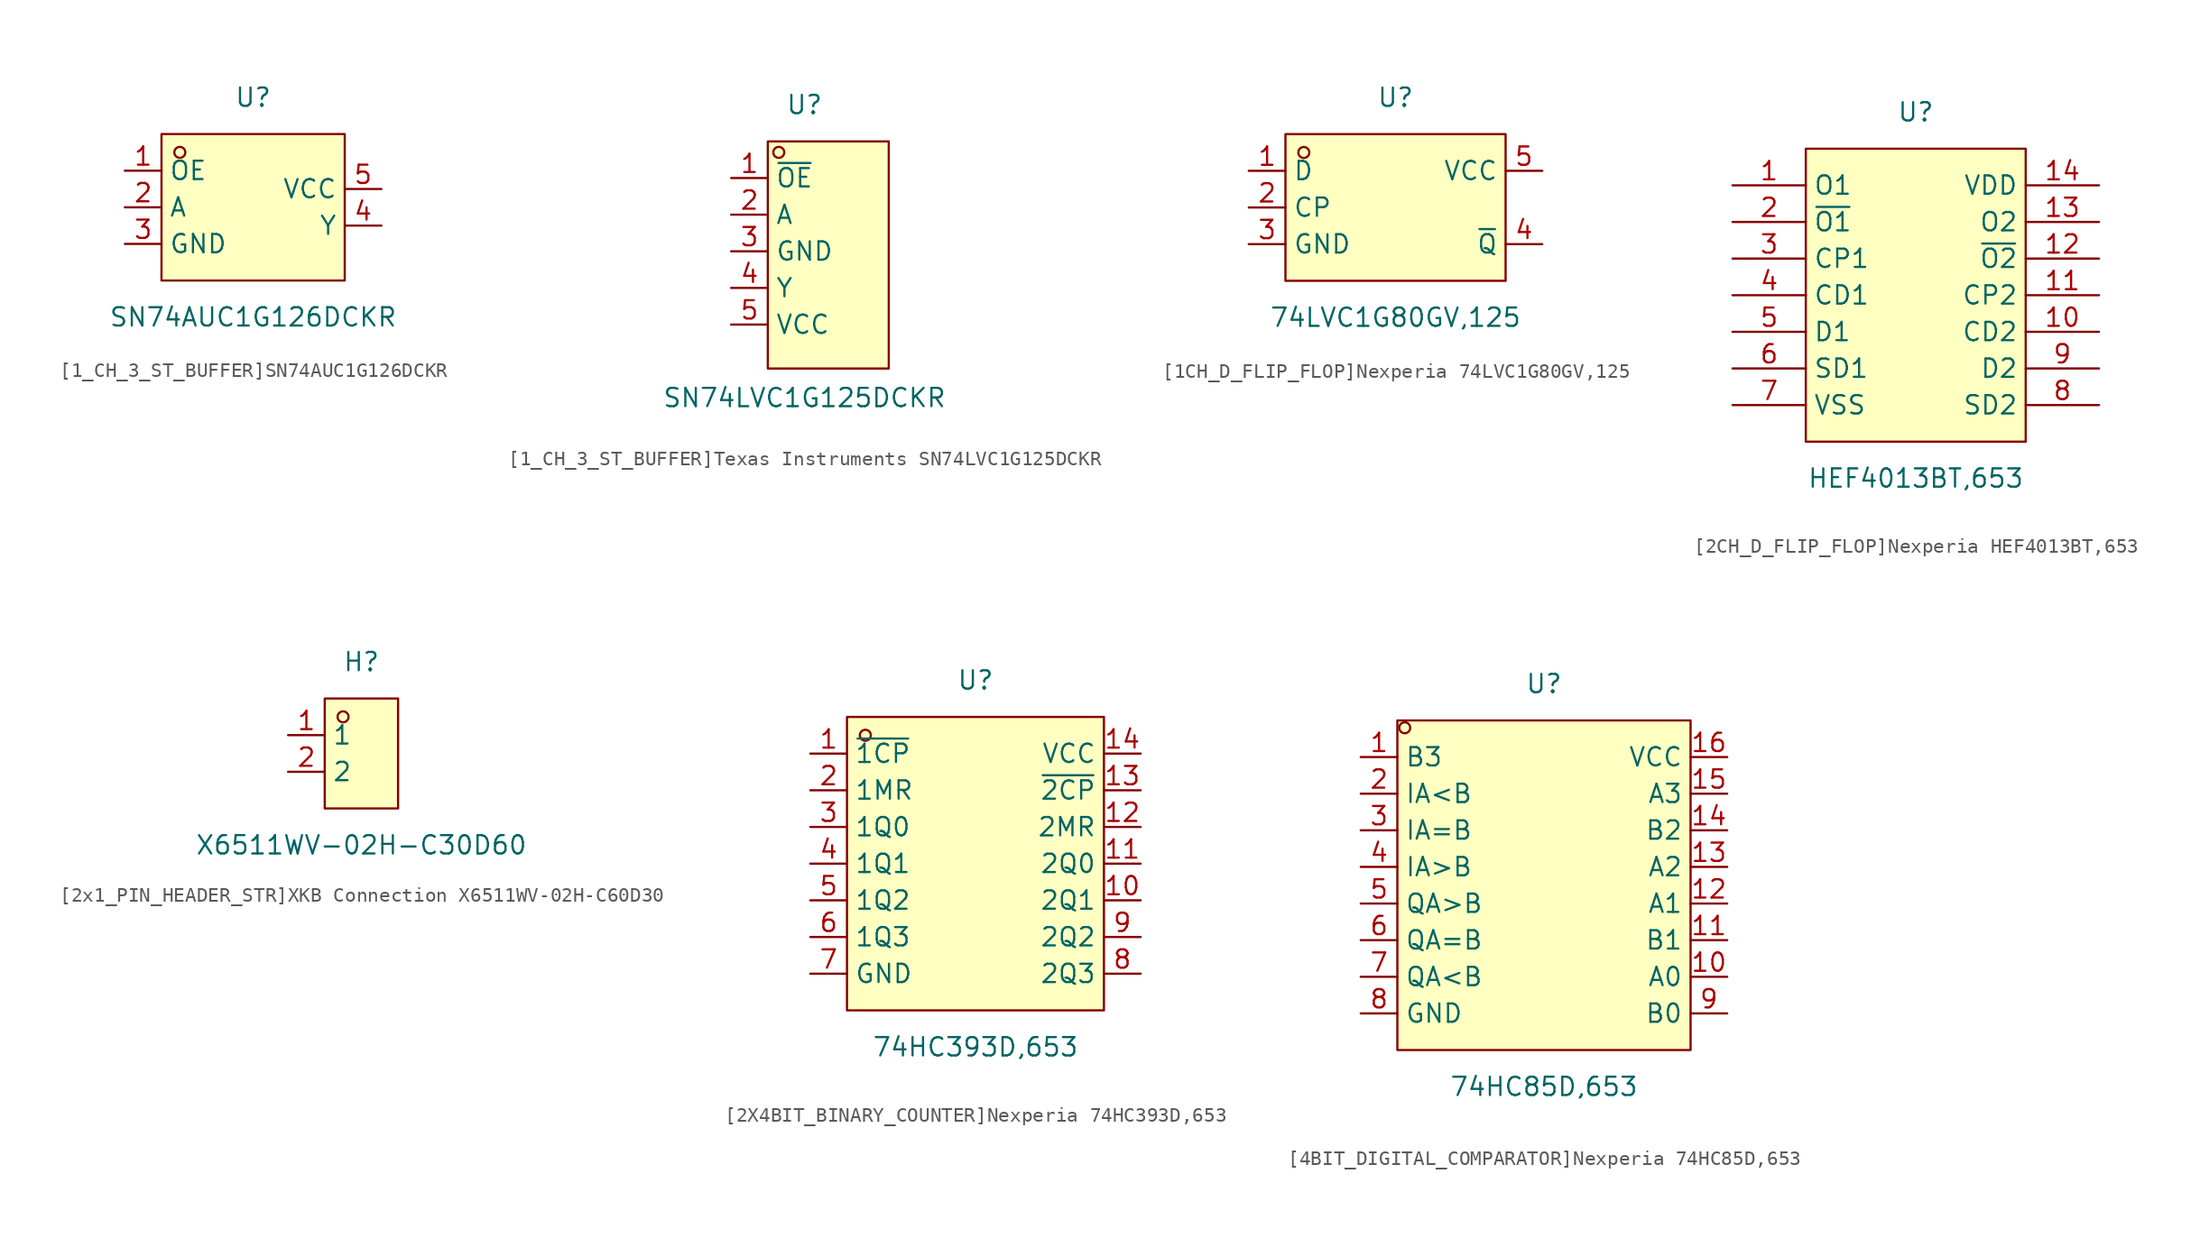
<source format=kicad_sym>
(kicad_symbol_lib
  (version 20220914)
  (generator kicad_symbol_editor)
  (symbol "[1_CH_3_ST_BUFFER]SN74AUC1G126DCKR"
    (property "Reference" "U"
      (at 0 7.62 0)
      (effects (font (size 1.27 1.27))))
    (property "Value" "SN74AUC1G126DCKR"
      (at 0 -7.62 0)
      (effects (font (size 1.27 1.27))))
    (symbol "[1_CH_3_ST_BUFFER]SN74AUC1G126DCKR_0_1"
      (rectangle (start -6.35 5.08) (end 6.35 -5.08) (stroke (width 0) (type default)) (fill (type background)))
      (circle (center -5.08 3.81) (radius 0.38) (stroke (width 0) (type default)) (fill (type none)))
      (pin unspecified line (at -8.89 2.54 0) (length 2.54) (name "OE" (effects (font (size 1.27 1.27)))) (number "1" (effects (font (size 1.27 1.27)))))
      (pin unspecified line (at -8.89 0 0) (length 2.54) (name "A" (effects (font (size 1.27 1.27)))) (number "2" (effects (font (size 1.27 1.27)))))
      (pin unspecified line (at -8.89 -2.54 0) (length 2.54) (name "GND" (effects (font (size 1.27 1.27)))) (number "3" (effects (font (size 1.27 1.27)))))
      (pin unspecified line (at 8.89 -1.27 180) (length 2.54) (name "Y" (effects (font (size 1.27 1.27)))) (number "4" (effects (font (size 1.27 1.27)))))
      (pin unspecified line (at 8.89 1.27 180) (length 2.54) (name "VCC" (effects (font (size 1.27 1.27)))) (number "5" (effects (font (size 1.27 1.27)))))))
  (symbol "[1_CH_3_ST_BUFFER]Texas Instruments SN74LVC1G125DCKR"
    (property "Reference" "U"
      (at 0 10.16 0)
      (effects (font (size 1.27 1.27))))
    (property "Value" "SN74LVC1G125DCKR"
      (at 0 -10.16 0)
      (effects (font (size 1.27 1.27))))
    (symbol "[1_CH_3_ST_BUFFER]Texas Instruments SN74LVC1G125DCKR_0_1"
      (rectangle (start -2.54 7.62) (end 5.84 -8.13) (stroke (width 0) (type default)) (fill (type background)))
      (circle (center -1.78 6.86) (radius 0.38) (stroke (width 0) (type default)) (fill (type none)))
      (pin unspecified line (at -5.08 5.08 0) (length 2.54) (name "~{OE}" (effects (font (size 1.27 1.27)))) (number "1" (effects (font (size 1.27 1.27)))))
      (pin unspecified line (at -5.08 2.54 0) (length 2.54) (name "A" (effects (font (size 1.27 1.27)))) (number "2" (effects (font (size 1.27 1.27)))))
      (pin unspecified line (at -5.08 0 0) (length 2.54) (name "GND" (effects (font (size 1.27 1.27)))) (number "3" (effects (font (size 1.27 1.27)))))
      (pin unspecified line (at -5.08 -2.54 0) (length 2.54) (name "Y" (effects (font (size 1.27 1.27)))) (number "4" (effects (font (size 1.27 1.27)))))
      (pin unspecified line (at -5.08 -5.08 0) (length 2.54) (name "VCC" (effects (font (size 1.27 1.27)))) (number "5" (effects (font (size 1.27 1.27)))))))
  (symbol "[1CH_D_FLIP_FLOP]Nexperia 74LVC1G80GV,125"
    (property "Reference" "U"
      (at 0 7.62 0)
      (effects (font (size 1.27 1.27))))
    (property "Value" "74LVC1G80GV,125"
      (at 0 -7.62 0)
      (effects (font (size 1.27 1.27))))
    (symbol "[1CH_D_FLIP_FLOP]Nexperia 74LVC1G80GV,125_0_1"
      (rectangle (start -7.62 5.08) (end 7.62 -5.08) (stroke (width 0) (type default)) (fill (type background)))
      (circle (center -6.35 3.81) (radius 0.38) (stroke (width 0) (type default)) (fill (type none)))
      (pin unspecified line (at -10.16 2.54 0) (length 2.54) (name "D" (effects (font (size 1.27 1.27)))) (number "1" (effects (font (size 1.27 1.27)))))
      (pin unspecified line (at -10.16 0 0) (length 2.54) (name "CP" (effects (font (size 1.27 1.27)))) (number "2" (effects (font (size 1.27 1.27)))))
      (pin unspecified line (at -10.16 -2.54 0) (length 2.54) (name "GND" (effects (font (size 1.27 1.27)))) (number "3" (effects (font (size 1.27 1.27)))))
      (pin unspecified line (at 10.16 -2.54 180) (length 2.54) (name "~{Q}" (effects (font (size 1.27 1.27)))) (number "4" (effects (font (size 1.27 1.27)))))
      (pin unspecified line (at 10.16 2.54 180) (length 2.54) (name "VCC" (effects (font (size 1.27 1.27)))) (number "5" (effects (font (size 1.27 1.27)))))))
  (symbol "[2CH_D_FLIP_FLOP]Nexperia HEF4013BT,653"
    (property "Reference" "U"
      (at 0 12.7 0)
      (effects (font (size 1.27 1.27))))
    (property "Value" "HEF4013BT,653"
      (at 0 -12.7 0)
      (effects (font (size 1.27 1.27))))
    (symbol "[2CH_D_FLIP_FLOP]Nexperia HEF4013BT,653_0_1"
      (rectangle (start -7.62 10.16) (end 7.62 -10.16) (stroke (width 0) (type default)) (fill (type background)))
      (pin unspecified line (at -12.7 7.62 0) (length 5.08) (name "O1" (effects (font (size 1.27 1.27)))) (number "1" (effects (font (size 1.27 1.27)))))
      (pin unspecified line (at 12.7 -2.54 180) (length 5.08) (name "CD2" (effects (font (size 1.27 1.27)))) (number "10" (effects (font (size 1.27 1.27)))))
      (pin unspecified line (at 12.7 0 180) (length 5.08) (name "CP2" (effects (font (size 1.27 1.27)))) (number "11" (effects (font (size 1.27 1.27)))))
      (pin unspecified line (at 12.7 2.54 180) (length 5.08) (name "~{O2}" (effects (font (size 1.27 1.27)))) (number "12" (effects (font (size 1.27 1.27)))))
      (pin unspecified line (at 12.7 5.08 180) (length 5.08) (name "O2" (effects (font (size 1.27 1.27)))) (number "13" (effects (font (size 1.27 1.27)))))
      (pin unspecified line (at 12.7 7.62 180) (length 5.08) (name "VDD" (effects (font (size 1.27 1.27)))) (number "14" (effects (font (size 1.27 1.27)))))
      (pin unspecified line (at -12.7 5.08 0) (length 5.08) (name "~{O1}" (effects (font (size 1.27 1.27)))) (number "2" (effects (font (size 1.27 1.27)))))
      (pin unspecified line (at -12.7 2.54 0) (length 5.08) (name "CP1" (effects (font (size 1.27 1.27)))) (number "3" (effects (font (size 1.27 1.27)))))
      (pin unspecified line (at -12.7 0 0) (length 5.08) (name "CD1" (effects (font (size 1.27 1.27)))) (number "4" (effects (font (size 1.27 1.27)))))
      (pin unspecified line (at -12.7 -2.54 0) (length 5.08) (name "D1" (effects (font (size 1.27 1.27)))) (number "5" (effects (font (size 1.27 1.27)))))
      (pin unspecified line (at -12.7 -5.08 0) (length 5.08) (name "SD1" (effects (font (size 1.27 1.27)))) (number "6" (effects (font (size 1.27 1.27)))))
      (pin unspecified line (at -12.7 -7.62 0) (length 5.08) (name "VSS" (effects (font (size 1.27 1.27)))) (number "7" (effects (font (size 1.27 1.27)))))
      (pin unspecified line (at 12.7 -7.62 180) (length 5.08) (name "SD2" (effects (font (size 1.27 1.27)))) (number "8" (effects (font (size 1.27 1.27)))))
      (pin unspecified line (at 12.7 -5.08 180) (length 5.08) (name "D2" (effects (font (size 1.27 1.27)))) (number "9" (effects (font (size 1.27 1.27)))))))
  (symbol "[2x1_PIN_HEADER_STR]XKB Connection X6511WV-02H-C60D30"
    (property "Reference" "H"
      (at 0 6.35 0)
      (effects (font (size 1.27 1.27))))
    (property "Value" "X6511WV-02H-C30D60"
      (at 0 -6.35 0)
      (effects (font (size 1.27 1.27))))
    (symbol "[2x1_PIN_HEADER_STR]XKB Connection X6511WV-02H-C60D30_0_1"
      (rectangle (start -2.54 3.81) (end 2.54 -3.81) (stroke (width 0) (type default)) (fill (type background)))
      (circle (center -1.27 2.54) (radius 0.38) (stroke (width 0) (type default)) (fill (type none)))
      (pin unspecified line (at -5.08 1.27 0) (length 2.54) (name "1" (effects (font (size 1.27 1.27)))) (number "1" (effects (font (size 1.27 1.27)))))
      (pin unspecified line (at -5.08 -1.27 0) (length 2.54) (name "2" (effects (font (size 1.27 1.27)))) (number "2" (effects (font (size 1.27 1.27)))))))
  (symbol "[2X4BIT_BINARY_COUNTER]Nexperia 74HC393D,653"
    (property "Reference" "U"
      (at 0 12.7 0)
      (effects (font (size 1.27 1.27))))
    (property "Value" "74HC393D,653"
      (at 0 -12.7 0)
      (effects (font (size 1.27 1.27))))
    (symbol "[2X4BIT_BINARY_COUNTER]Nexperia 74HC393D,653_0_1"
      (rectangle (start -8.89 10.16) (end 8.89 -10.16) (stroke (width 0) (type default)) (fill (type background)))
      (circle (center -7.62 8.89) (radius 0.38) (stroke (width 0) (type default)) (fill (type none)))
      (pin unspecified line (at -11.43 7.62 0) (length 2.54) (name "~{1CP}" (effects (font (size 1.27 1.27)))) (number "1" (effects (font (size 1.27 1.27)))))
      (pin unspecified line (at 11.43 -2.54 180) (length 2.54) (name "2Q1" (effects (font (size 1.27 1.27)))) (number "10" (effects (font (size 1.27 1.27)))))
      (pin unspecified line (at 11.43 0 180) (length 2.54) (name "2Q0" (effects (font (size 1.27 1.27)))) (number "11" (effects (font (size 1.27 1.27)))))
      (pin unspecified line (at 11.43 2.54 180) (length 2.54) (name "2MR" (effects (font (size 1.27 1.27)))) (number "12" (effects (font (size 1.27 1.27)))))
      (pin unspecified line (at 11.43 5.08 180) (length 2.54) (name "~{2CP}" (effects (font (size 1.27 1.27)))) (number "13" (effects (font (size 1.27 1.27)))))
      (pin unspecified line (at 11.43 7.62 180) (length 2.54) (name "VCC" (effects (font (size 1.27 1.27)))) (number "14" (effects (font (size 1.27 1.27)))))
      (pin unspecified line (at -11.43 5.08 0) (length 2.54) (name "1MR" (effects (font (size 1.27 1.27)))) (number "2" (effects (font (size 1.27 1.27)))))
      (pin unspecified line (at -11.43 2.54 0) (length 2.54) (name "1Q0" (effects (font (size 1.27 1.27)))) (number "3" (effects (font (size 1.27 1.27)))))
      (pin unspecified line (at -11.43 0 0) (length 2.54) (name "1Q1" (effects (font (size 1.27 1.27)))) (number "4" (effects (font (size 1.27 1.27)))))
      (pin unspecified line (at -11.43 -2.54 0) (length 2.54) (name "1Q2" (effects (font (size 1.27 1.27)))) (number "5" (effects (font (size 1.27 1.27)))))
      (pin unspecified line (at -11.43 -5.08 0) (length 2.54) (name "1Q3" (effects (font (size 1.27 1.27)))) (number "6" (effects (font (size 1.27 1.27)))))
      (pin unspecified line (at -11.43 -7.62 0) (length 2.54) (name "GND" (effects (font (size 1.27 1.27)))) (number "7" (effects (font (size 1.27 1.27)))))
      (pin unspecified line (at 11.43 -7.62 180) (length 2.54) (name "2Q3" (effects (font (size 1.27 1.27)))) (number "8" (effects (font (size 1.27 1.27)))))
      (pin unspecified line (at 11.43 -5.08 180) (length 2.54) (name "2Q2" (effects (font (size 1.27 1.27)))) (number "9" (effects (font (size 1.27 1.27)))))))
  (symbol "[4BIT_DIGITAL_COMPARATOR]Nexperia 74HC85D,653"
    (property "Reference" "U"
      (at 0 13.97 0)
      (effects (font (size 1.27 1.27))))
    (property "Value" "74HC85D,653"
      (at 0 -13.97 0)
      (effects (font (size 1.27 1.27))))
    (symbol "[4BIT_DIGITAL_COMPARATOR]Nexperia 74HC85D,653_0_1"
      (rectangle (start -10.16 11.43) (end 10.16 -11.43) (stroke (width 0) (type default)) (fill (type background)))
      (circle (center -9.65 10.92) (radius 0.38) (stroke (width 0) (type default)) (fill (type none)))
      (pin unspecified line (at -12.7 8.89 0) (length 2.54) (name "B3" (effects (font (size 1.27 1.27)))) (number "1" (effects (font (size 1.27 1.27)))))
      (pin unspecified line (at 12.7 -6.35 180) (length 2.54) (name "A0" (effects (font (size 1.27 1.27)))) (number "10" (effects (font (size 1.27 1.27)))))
      (pin unspecified line (at 12.7 -3.81 180) (length 2.54) (name "B1" (effects (font (size 1.27 1.27)))) (number "11" (effects (font (size 1.27 1.27)))))
      (pin unspecified line (at 12.7 -1.27 180) (length 2.54) (name "A1" (effects (font (size 1.27 1.27)))) (number "12" (effects (font (size 1.27 1.27)))))
      (pin unspecified line (at 12.7 1.27 180) (length 2.54) (name "A2" (effects (font (size 1.27 1.27)))) (number "13" (effects (font (size 1.27 1.27)))))
      (pin unspecified line (at 12.7 3.81 180) (length 2.54) (name "B2" (effects (font (size 1.27 1.27)))) (number "14" (effects (font (size 1.27 1.27)))))
      (pin unspecified line (at 12.7 6.35 180) (length 2.54) (name "A3" (effects (font (size 1.27 1.27)))) (number "15" (effects (font (size 1.27 1.27)))))
      (pin unspecified line (at 12.7 8.89 180) (length 2.54) (name "VCC" (effects (font (size 1.27 1.27)))) (number "16" (effects (font (size 1.27 1.27)))))
      (pin unspecified line (at -12.7 6.35 0) (length 2.54) (name "IA<B" (effects (font (size 1.27 1.27)))) (number "2" (effects (font (size 1.27 1.27)))))
      (pin unspecified line (at -12.7 3.81 0) (length 2.54) (name "IA=B" (effects (font (size 1.27 1.27)))) (number "3" (effects (font (size 1.27 1.27)))))
      (pin unspecified line (at -12.7 1.27 0) (length 2.54) (name "IA>B" (effects (font (size 1.27 1.27)))) (number "4" (effects (font (size 1.27 1.27)))))
      (pin unspecified line (at -12.7 -1.27 0) (length 2.54) (name "QA>B" (effects (font (size 1.27 1.27)))) (number "5" (effects (font (size 1.27 1.27)))))
      (pin unspecified line (at -12.7 -3.81 0) (length 2.54) (name "QA=B" (effects (font (size 1.27 1.27)))) (number "6" (effects (font (size 1.27 1.27)))))
      (pin unspecified line (at -12.7 -6.35 0) (length 2.54) (name "QA<B" (effects (font (size 1.27 1.27)))) (number "7" (effects (font (size 1.27 1.27)))))
      (pin unspecified line (at -12.7 -8.89 0) (length 2.54) (name "GND" (effects (font (size 1.27 1.27)))) (number "8" (effects (font (size 1.27 1.27)))))
      (pin unspecified line (at 12.7 -8.89 180) (length 2.54) (name "B0" (effects (font (size 1.27 1.27)))) (number "9" (effects (font (size 1.27 1.27))))))))
</source>
